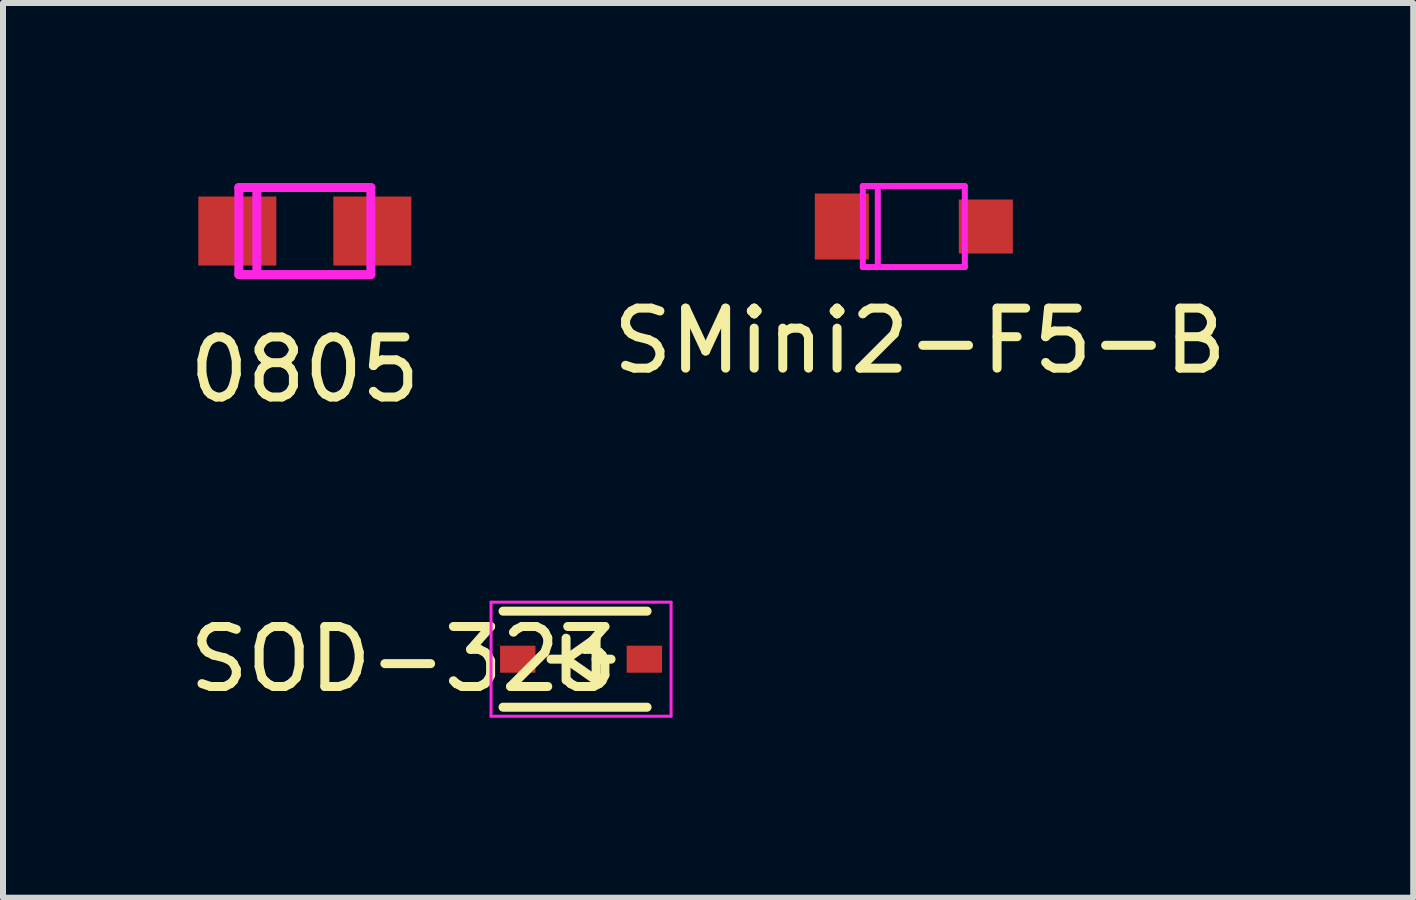
<source format=kicad_pcb>
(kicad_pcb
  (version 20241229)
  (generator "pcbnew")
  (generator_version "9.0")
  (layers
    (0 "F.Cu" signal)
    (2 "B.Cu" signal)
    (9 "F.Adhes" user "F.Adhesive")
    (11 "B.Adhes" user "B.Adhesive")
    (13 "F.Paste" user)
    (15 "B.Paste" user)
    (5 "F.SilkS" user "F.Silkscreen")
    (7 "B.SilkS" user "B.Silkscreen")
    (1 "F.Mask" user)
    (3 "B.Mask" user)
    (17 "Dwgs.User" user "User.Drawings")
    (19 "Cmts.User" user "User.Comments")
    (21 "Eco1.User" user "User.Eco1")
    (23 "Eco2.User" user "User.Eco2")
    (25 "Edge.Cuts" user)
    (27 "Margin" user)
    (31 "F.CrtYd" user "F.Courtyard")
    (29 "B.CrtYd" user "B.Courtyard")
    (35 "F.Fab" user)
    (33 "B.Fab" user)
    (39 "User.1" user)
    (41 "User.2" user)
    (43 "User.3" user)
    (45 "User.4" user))
  (footprint "SMini2-F5-B"
    (layer "F.Cu")
    (at 12.178 0.725)
    (property "Reference" "SMini2-F5-B" (at 0.102 1.905 0) (layer "F.SilkS") (effects (font (size 1 1) (thickness 0.15))))
    (attr through_hole)
    (fp_line (start -0.85 -0.675) (end 0.85 -0.675) (stroke (width 0.1) (type solid)) (layer "F.CrtYd"))
    (fp_line (start -0.85 0.675) (end -0.85 -0.675) (stroke (width 0.1) (type solid)) (layer "F.CrtYd"))
    (fp_line (start -0.85 0.675) (end 0.85 0.675) (stroke (width 0.1) (type solid)) (layer "F.CrtYd"))
    (fp_line (start -0.6 0.675) (end -0.6 -0.675) (stroke (width 0.1) (type solid)) (layer "F.CrtYd"))
    (fp_line (start 0.85 0.675) (end 0.85 -0.675) (stroke (width 0.1) (type solid)) (layer "F.CrtYd"))
    (pad "A" smd rect (at 1.2 0) (size 0.9 0.9) (layers "F.Cu" "F.Mask" "F.Paste"))
    (pad "K" smd rect (at -1.2 0) (size 0.9 1.1) (layers "F.Cu" "F.Mask" "F.Paste")))
  (footprint "0805"
    (layer "F.Cu")
    (at 2.03 0.8)
    (property "Reference" "0805" (at 0 2.311 0) (layer "F.SilkS") (effects (font (size 1 1) (thickness 0.15))))
    (attr through_hole)
    (fp_line (start -1.1 -0.725) (end 1.1 -0.725) (stroke (width 0.15) (type solid)) (layer "F.CrtYd"))
    (fp_line (start -1.1 0.725) (end -1.1 -0.725) (stroke (width 0.15) (type solid)) (layer "F.CrtYd"))
    (fp_line (start -0.8 0.725) (end -0.8 -0.725) (stroke (width 0.15) (type solid)) (layer "F.CrtYd"))
    (fp_line (start 1.1 -0.725) (end 1.1 0.725) (stroke (width 0.15) (type solid)) (layer "F.CrtYd"))
    (fp_line (start 1.1 0.725) (end -1.1 0.725) (stroke (width 0.15) (type solid)) (layer "F.CrtYd"))
    (pad "A" smd rect (at 1.125 0) (size 1.3 1.15) (layers "F.Cu" "F.Mask" "F.Paste"))
    (pad "K" smd rect (at -1.125 0) (size 1.3 1.15) (layers "F.Cu" "F.Mask" "F.Paste")))
  (footprint "SOD-323"
    (layer "F.Cu")
    (at 6.633 7.935)
    (property "Reference" "SOD-323" (at -2.96 0 0) (layer "F.SilkS") (effects (font (size 1 1) (thickness 0.15))))
    (attr smd)
    (fp_line (start -1.3 -0.8) (end 1.1 -0.8) (stroke (width 0.15) (type solid)) (layer "F.SilkS"))
    (fp_line (start -1.3 0.8) (end 1.1 0.8) (stroke (width 0.15) (type solid)) (layer "F.SilkS"))
    (fp_line (start -0.25 -0.35) (end -0.25 0.35) (stroke (width 0.15) (type solid)) (layer "F.SilkS"))
    (fp_line (start -0.25 0) (end -0.5 0) (stroke (width 0.15) (type solid)) (layer "F.SilkS"))
    (fp_line (start -0.25 0) (end 0.25 -0.35) (stroke (width 0.15) (type solid)) (layer "F.SilkS"))
    (fp_line (start 0.25 -0.35) (end 0.25 0.35) (stroke (width 0.15) (type solid)) (layer "F.SilkS"))
    (fp_line (start 0.25 0) (end 0.5 0) (stroke (width 0.15) (type solid)) (layer "F.SilkS"))
    (fp_line (start 0.25 0.35) (end -0.25 0) (stroke (width 0.15) (type solid)) (layer "F.SilkS"))
    (fp_line (start -1.5 -0.95) (end -1.5 0.95) (stroke (width 0.05) (type solid)) (layer "F.CrtYd"))
    (fp_line (start -1.5 -0.95) (end 1.5 -0.95) (stroke (width 0.05) (type solid)) (layer "F.CrtYd"))
    (fp_line (start -1.5 0.95) (end 1.5 0.95) (stroke (width 0.05) (type solid)) (layer "F.CrtYd"))
    (fp_line (start 1.5 -0.95) (end 1.5 0.95) (stroke (width 0.05) (type solid)) (layer "F.CrtYd"))
    (pad "A" smd rect (at 1.055 0) (size 0.59 0.45) (layers "F.Cu" "F.Mask" "F.Paste"))
    (pad "K" smd rect (at -1.055 0) (size 0.59 0.45) (layers "F.Cu" "F.Mask" "F.Paste")))
  (gr_rect
    (start -3 -3)
    (end 20.5 11.91)
    (stroke (width 0.1) (type default))
    (fill no)
    (layer "Edge.Cuts")))
</source>
